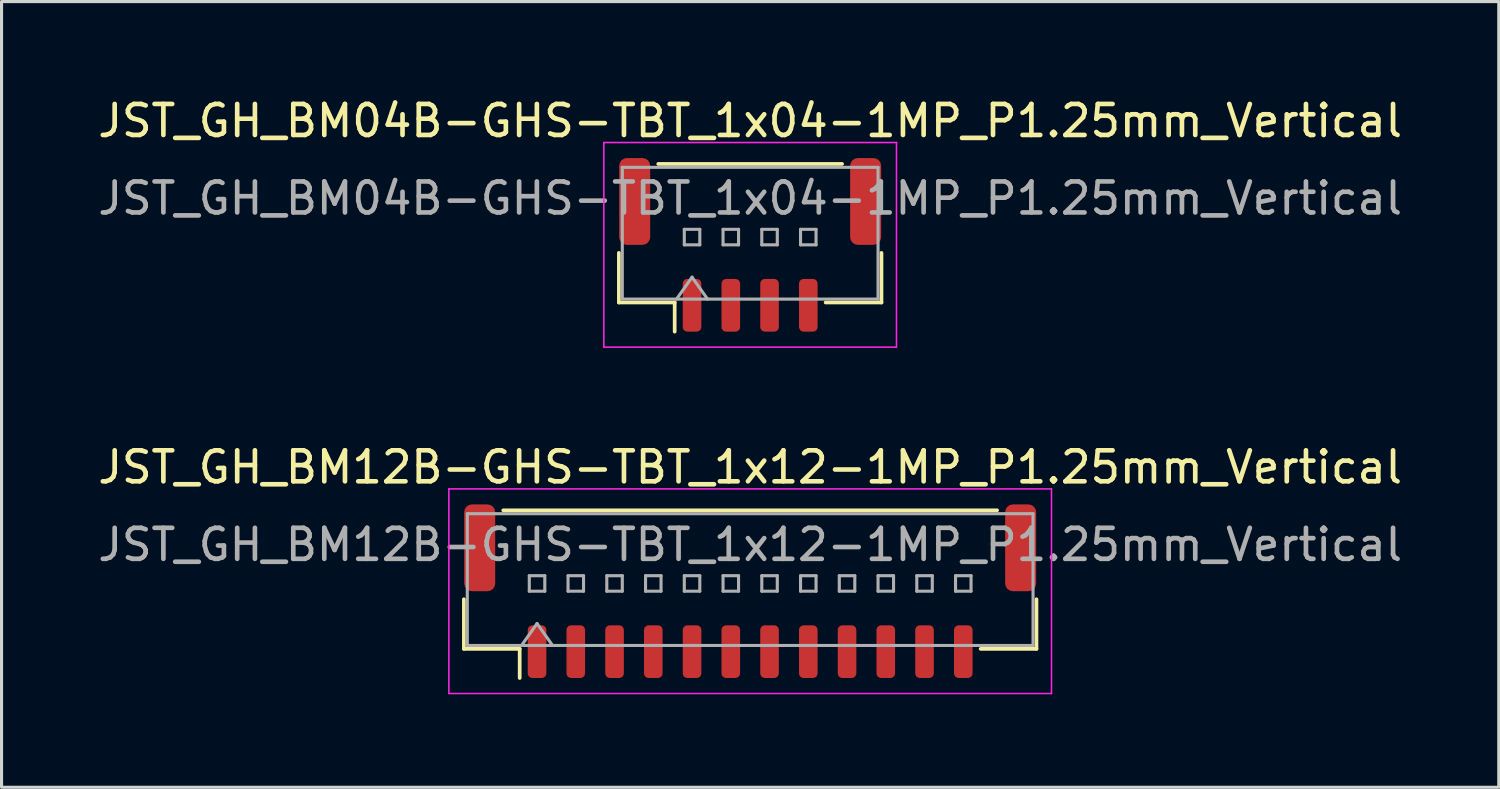
<source format=kicad_pcb>
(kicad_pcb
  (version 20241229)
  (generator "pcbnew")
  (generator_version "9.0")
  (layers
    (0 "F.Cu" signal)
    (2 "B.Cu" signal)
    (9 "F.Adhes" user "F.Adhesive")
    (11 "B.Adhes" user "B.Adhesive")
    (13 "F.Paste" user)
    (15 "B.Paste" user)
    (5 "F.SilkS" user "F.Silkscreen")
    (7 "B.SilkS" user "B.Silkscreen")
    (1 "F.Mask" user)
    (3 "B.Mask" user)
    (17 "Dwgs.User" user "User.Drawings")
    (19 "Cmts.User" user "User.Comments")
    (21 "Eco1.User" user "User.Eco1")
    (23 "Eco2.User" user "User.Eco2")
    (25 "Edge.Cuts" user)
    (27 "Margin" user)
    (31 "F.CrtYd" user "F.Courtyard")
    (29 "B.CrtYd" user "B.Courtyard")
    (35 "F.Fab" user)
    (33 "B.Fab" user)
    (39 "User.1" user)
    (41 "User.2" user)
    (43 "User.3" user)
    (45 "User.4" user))
  (footprint "JST_GH_BM12B-GHS-TBT_1x12-1MP_P1.25mm_Vertical"
    (layer "F.Cu")
    (at 21.149 16.021)
    (property "Reference" "JST_GH_BM12B-GHS-TBT_1x12-1MP_P1.25mm_Vertical" (at 0 -4 0) (layer "F.SilkS") (effects (font (size 1 1) (thickness 0.15))))
    (attr smd)
    (fp_line (start -9.235 0.26) (end -9.235 1.86) (stroke (width 0.12) (type solid)) (layer "F.SilkS"))
    (fp_line (start -9.235 1.86) (end -7.435 1.86) (stroke (width 0.12) (type solid)) (layer "F.SilkS"))
    (fp_line (start -7.965 -2.61) (end 7.965 -2.61) (stroke (width 0.12) (type solid)) (layer "F.SilkS"))
    (fp_line (start -7.435 1.86) (end -7.435 2.8) (stroke (width 0.12) (type solid)) (layer "F.SilkS"))
    (fp_line (start 9.235 0.26) (end 9.235 1.86) (stroke (width 0.12) (type solid)) (layer "F.SilkS"))
    (fp_line (start 9.235 1.86) (end 7.435 1.86) (stroke (width 0.12) (type solid)) (layer "F.SilkS"))
    (fp_line (start -9.72 -3.3) (end -9.72 3.3) (stroke (width 0.05) (type solid)) (layer "F.CrtYd"))
    (fp_line (start -9.72 3.3) (end 9.72 3.3) (stroke (width 0.05) (type solid)) (layer "F.CrtYd"))
    (fp_line (start 9.72 -3.3) (end -9.72 -3.3) (stroke (width 0.05) (type solid)) (layer "F.CrtYd"))
    (fp_line (start 9.72 3.3) (end 9.72 -3.3) (stroke (width 0.05) (type solid)) (layer "F.CrtYd"))
    (fp_line (start -9.125 -2.5) (end 9.125 -2.5) (stroke (width 0.1) (type solid)) (layer "F.Fab"))
    (fp_line (start -9.125 1.75) (end -9.125 -2.5) (stroke (width 0.1) (type solid)) (layer "F.Fab"))
    (fp_line (start -9.125 1.75) (end 9.125 1.75) (stroke (width 0.1) (type solid)) (layer "F.Fab"))
    (fp_line (start -7.375 1.75) (end -6.875 1.043) (stroke (width 0.1) (type solid)) (layer "F.Fab"))
    (fp_line (start -7.125 -0.5) (end -7.125 0) (stroke (width 0.1) (type solid)) (layer "F.Fab"))
    (fp_line (start -7.125 0) (end -6.625 0) (stroke (width 0.1) (type solid)) (layer "F.Fab"))
    (fp_line (start -6.875 1.043) (end -6.375 1.75) (stroke (width 0.1) (type solid)) (layer "F.Fab"))
    (fp_line (start -6.625 -0.5) (end -7.125 -0.5) (stroke (width 0.1) (type solid)) (layer "F.Fab"))
    (fp_line (start -6.625 0) (end -6.625 -0.5) (stroke (width 0.1) (type solid)) (layer "F.Fab"))
    (fp_line (start -5.875 -0.5) (end -5.875 0) (stroke (width 0.1) (type solid)) (layer "F.Fab"))
    (fp_line (start -5.875 0) (end -5.375 0) (stroke (width 0.1) (type solid)) (layer "F.Fab"))
    (fp_line (start -5.375 -0.5) (end -5.875 -0.5) (stroke (width 0.1) (type solid)) (layer "F.Fab"))
    (fp_line (start -5.375 0) (end -5.375 -0.5) (stroke (width 0.1) (type solid)) (layer "F.Fab"))
    (fp_line (start -4.625 -0.5) (end -4.625 0) (stroke (width 0.1) (type solid)) (layer "F.Fab"))
    (fp_line (start -4.625 0) (end -4.125 0) (stroke (width 0.1) (type solid)) (layer "F.Fab"))
    (fp_line (start -4.125 -0.5) (end -4.625 -0.5) (stroke (width 0.1) (type solid)) (layer "F.Fab"))
    (fp_line (start -4.125 0) (end -4.125 -0.5) (stroke (width 0.1) (type solid)) (layer "F.Fab"))
    (fp_line (start -3.375 -0.5) (end -3.375 0) (stroke (width 0.1) (type solid)) (layer "F.Fab"))
    (fp_line (start -3.375 0) (end -2.875 0) (stroke (width 0.1) (type solid)) (layer "F.Fab"))
    (fp_line (start -2.875 -0.5) (end -3.375 -0.5) (stroke (width 0.1) (type solid)) (layer "F.Fab"))
    (fp_line (start -2.875 0) (end -2.875 -0.5) (stroke (width 0.1) (type solid)) (layer "F.Fab"))
    (fp_line (start -2.125 -0.5) (end -2.125 0) (stroke (width 0.1) (type solid)) (layer "F.Fab"))
    (fp_line (start -2.125 0) (end -1.625 0) (stroke (width 0.1) (type solid)) (layer "F.Fab"))
    (fp_line (start -1.625 -0.5) (end -2.125 -0.5) (stroke (width 0.1) (type solid)) (layer "F.Fab"))
    (fp_line (start -1.625 0) (end -1.625 -0.5) (stroke (width 0.1) (type solid)) (layer "F.Fab"))
    (fp_line (start -0.875 -0.5) (end -0.875 0) (stroke (width 0.1) (type solid)) (layer "F.Fab"))
    (fp_line (start -0.875 0) (end -0.375 0) (stroke (width 0.1) (type solid)) (layer "F.Fab"))
    (fp_line (start -0.375 -0.5) (end -0.875 -0.5) (stroke (width 0.1) (type solid)) (layer "F.Fab"))
    (fp_line (start -0.375 0) (end -0.375 -0.5) (stroke (width 0.1) (type solid)) (layer "F.Fab"))
    (fp_line (start 0.375 -0.5) (end 0.375 0) (stroke (width 0.1) (type solid)) (layer "F.Fab"))
    (fp_line (start 0.375 0) (end 0.875 0) (stroke (width 0.1) (type solid)) (layer "F.Fab"))
    (fp_line (start 0.875 -0.5) (end 0.375 -0.5) (stroke (width 0.1) (type solid)) (layer "F.Fab"))
    (fp_line (start 0.875 0) (end 0.875 -0.5) (stroke (width 0.1) (type solid)) (layer "F.Fab"))
    (fp_line (start 1.625 -0.5) (end 1.625 0) (stroke (width 0.1) (type solid)) (layer "F.Fab"))
    (fp_line (start 1.625 0) (end 2.125 0) (stroke (width 0.1) (type solid)) (layer "F.Fab"))
    (fp_line (start 2.125 -0.5) (end 1.625 -0.5) (stroke (width 0.1) (type solid)) (layer "F.Fab"))
    (fp_line (start 2.125 0) (end 2.125 -0.5) (stroke (width 0.1) (type solid)) (layer "F.Fab"))
    (fp_line (start 2.875 -0.5) (end 2.875 0) (stroke (width 0.1) (type solid)) (layer "F.Fab"))
    (fp_line (start 2.875 0) (end 3.375 0) (stroke (width 0.1) (type solid)) (layer "F.Fab"))
    (fp_line (start 3.375 -0.5) (end 2.875 -0.5) (stroke (width 0.1) (type solid)) (layer "F.Fab"))
    (fp_line (start 3.375 0) (end 3.375 -0.5) (stroke (width 0.1) (type solid)) (layer "F.Fab"))
    (fp_line (start 4.125 -0.5) (end 4.125 0) (stroke (width 0.1) (type solid)) (layer "F.Fab"))
    (fp_line (start 4.125 0) (end 4.625 0) (stroke (width 0.1) (type solid)) (layer "F.Fab"))
    (fp_line (start 4.625 -0.5) (end 4.125 -0.5) (stroke (width 0.1) (type solid)) (layer "F.Fab"))
    (fp_line (start 4.625 0) (end 4.625 -0.5) (stroke (width 0.1) (type solid)) (layer "F.Fab"))
    (fp_line (start 5.375 -0.5) (end 5.375 0) (stroke (width 0.1) (type solid)) (layer "F.Fab"))
    (fp_line (start 5.375 0) (end 5.875 0) (stroke (width 0.1) (type solid)) (layer "F.Fab"))
    (fp_line (start 5.875 -0.5) (end 5.375 -0.5) (stroke (width 0.1) (type solid)) (layer "F.Fab"))
    (fp_line (start 5.875 0) (end 5.875 -0.5) (stroke (width 0.1) (type solid)) (layer "F.Fab"))
    (fp_line (start 6.625 -0.5) (end 6.625 0) (stroke (width 0.1) (type solid)) (layer "F.Fab"))
    (fp_line (start 6.625 0) (end 7.125 0) (stroke (width 0.1) (type solid)) (layer "F.Fab"))
    (fp_line (start 7.125 -0.5) (end 6.625 -0.5) (stroke (width 0.1) (type solid)) (layer "F.Fab"))
    (fp_line (start 7.125 0) (end 7.125 -0.5) (stroke (width 0.1) (type solid)) (layer "F.Fab"))
    (fp_line (start 9.125 1.75) (end 9.125 -2.5) (stroke (width 0.1) (type solid)) (layer "F.Fab"))
    (fp_text user "${REFERENCE}" (at 0 -1.5 0) (layer "F.Fab") (effects (font (size 1 1) (thickness 0.15))))
    (pad "1" smd roundrect (at -6.875 1.95) (size 0.6 1.7) (layers "F.Cu" "F.Mask" "F.Paste") (roundrect_rratio 0.25))
    (pad "2" smd roundrect (at -5.625 1.95) (size 0.6 1.7) (layers "F.Cu" "F.Mask" "F.Paste") (roundrect_rratio 0.25))
    (pad "3" smd roundrect (at -4.375 1.95) (size 0.6 1.7) (layers "F.Cu" "F.Mask" "F.Paste") (roundrect_rratio 0.25))
    (pad "4" smd roundrect (at -3.125 1.95) (size 0.6 1.7) (layers "F.Cu" "F.Mask" "F.Paste") (roundrect_rratio 0.25))
    (pad "5" smd roundrect (at -1.875 1.95) (size 0.6 1.7) (layers "F.Cu" "F.Mask" "F.Paste") (roundrect_rratio 0.25))
    (pad "6" smd roundrect (at -0.625 1.95) (size 0.6 1.7) (layers "F.Cu" "F.Mask" "F.Paste") (roundrect_rratio 0.25))
    (pad "7" smd roundrect (at 0.625 1.95) (size 0.6 1.7) (layers "F.Cu" "F.Mask" "F.Paste") (roundrect_rratio 0.25))
    (pad "8" smd roundrect (at 1.875 1.95) (size 0.6 1.7) (layers "F.Cu" "F.Mask" "F.Paste") (roundrect_rratio 0.25))
    (pad "9" smd roundrect (at 3.125 1.95) (size 0.6 1.7) (layers "F.Cu" "F.Mask" "F.Paste") (roundrect_rratio 0.25))
    (pad "10" smd roundrect (at 4.375 1.95) (size 0.6 1.7) (layers "F.Cu" "F.Mask" "F.Paste") (roundrect_rratio 0.25))
    (pad "11" smd roundrect (at 5.625 1.95) (size 0.6 1.7) (layers "F.Cu" "F.Mask" "F.Paste") (roundrect_rratio 0.25))
    (pad "12" smd roundrect (at 6.875 1.95) (size 0.6 1.7) (layers "F.Cu" "F.Mask" "F.Paste") (roundrect_rratio 0.25))
    (pad "MP" smd roundrect (at -8.725 -1.4) (size 1 2.8) (layers "F.Cu" "F.Mask" "F.Paste") (roundrect_rratio 0.25))
    (pad "MP" smd roundrect (at 8.725 -1.4) (size 1 2.8) (layers "F.Cu" "F.Mask" "F.Paste") (roundrect_rratio 0.25)))
  (footprint "JST_GH_BM04B-GHS-TBT_1x04-1MP_P1.25mm_Vertical"
    (layer "F.Cu")
    (at 21.149 4.848)
    (property "Reference" "JST_GH_BM04B-GHS-TBT_1x04-1MP_P1.25mm_Vertical" (at 0 -4 0) (layer "F.SilkS") (effects (font (size 1 1) (thickness 0.15))))
    (attr smd)
    (fp_line (start -4.235 0.26) (end -4.235 1.86) (stroke (width 0.12) (type solid)) (layer "F.SilkS"))
    (fp_line (start -4.235 1.86) (end -2.435 1.86) (stroke (width 0.12) (type solid)) (layer "F.SilkS"))
    (fp_line (start -2.965 -2.61) (end 2.965 -2.61) (stroke (width 0.12) (type solid)) (layer "F.SilkS"))
    (fp_line (start -2.435 1.86) (end -2.435 2.8) (stroke (width 0.12) (type solid)) (layer "F.SilkS"))
    (fp_line (start 4.235 0.26) (end 4.235 1.86) (stroke (width 0.12) (type solid)) (layer "F.SilkS"))
    (fp_line (start 4.235 1.86) (end 2.435 1.86) (stroke (width 0.12) (type solid)) (layer "F.SilkS"))
    (fp_line (start -4.72 -3.3) (end -4.72 3.3) (stroke (width 0.05) (type solid)) (layer "F.CrtYd"))
    (fp_line (start -4.72 3.3) (end 4.72 3.3) (stroke (width 0.05) (type solid)) (layer "F.CrtYd"))
    (fp_line (start 4.72 -3.3) (end -4.72 -3.3) (stroke (width 0.05) (type solid)) (layer "F.CrtYd"))
    (fp_line (start 4.72 3.3) (end 4.72 -3.3) (stroke (width 0.05) (type solid)) (layer "F.CrtYd"))
    (fp_line (start -4.125 -2.5) (end 4.125 -2.5) (stroke (width 0.1) (type solid)) (layer "F.Fab"))
    (fp_line (start -4.125 1.75) (end -4.125 -2.5) (stroke (width 0.1) (type solid)) (layer "F.Fab"))
    (fp_line (start -4.125 1.75) (end 4.125 1.75) (stroke (width 0.1) (type solid)) (layer "F.Fab"))
    (fp_line (start -2.375 1.75) (end -1.875 1.043) (stroke (width 0.1) (type solid)) (layer "F.Fab"))
    (fp_line (start -2.125 -0.5) (end -2.125 0) (stroke (width 0.1) (type solid)) (layer "F.Fab"))
    (fp_line (start -2.125 0) (end -1.625 0) (stroke (width 0.1) (type solid)) (layer "F.Fab"))
    (fp_line (start -1.875 1.043) (end -1.375 1.75) (stroke (width 0.1) (type solid)) (layer "F.Fab"))
    (fp_line (start -1.625 -0.5) (end -2.125 -0.5) (stroke (width 0.1) (type solid)) (layer "F.Fab"))
    (fp_line (start -1.625 0) (end -1.625 -0.5) (stroke (width 0.1) (type solid)) (layer "F.Fab"))
    (fp_line (start -0.875 -0.5) (end -0.875 0) (stroke (width 0.1) (type solid)) (layer "F.Fab"))
    (fp_line (start -0.875 0) (end -0.375 0) (stroke (width 0.1) (type solid)) (layer "F.Fab"))
    (fp_line (start -0.375 -0.5) (end -0.875 -0.5) (stroke (width 0.1) (type solid)) (layer "F.Fab"))
    (fp_line (start -0.375 0) (end -0.375 -0.5) (stroke (width 0.1) (type solid)) (layer "F.Fab"))
    (fp_line (start 0.375 -0.5) (end 0.375 0) (stroke (width 0.1) (type solid)) (layer "F.Fab"))
    (fp_line (start 0.375 0) (end 0.875 0) (stroke (width 0.1) (type solid)) (layer "F.Fab"))
    (fp_line (start 0.875 -0.5) (end 0.375 -0.5) (stroke (width 0.1) (type solid)) (layer "F.Fab"))
    (fp_line (start 0.875 0) (end 0.875 -0.5) (stroke (width 0.1) (type solid)) (layer "F.Fab"))
    (fp_line (start 1.625 -0.5) (end 1.625 0) (stroke (width 0.1) (type solid)) (layer "F.Fab"))
    (fp_line (start 1.625 0) (end 2.125 0) (stroke (width 0.1) (type solid)) (layer "F.Fab"))
    (fp_line (start 2.125 -0.5) (end 1.625 -0.5) (stroke (width 0.1) (type solid)) (layer "F.Fab"))
    (fp_line (start 2.125 0) (end 2.125 -0.5) (stroke (width 0.1) (type solid)) (layer "F.Fab"))
    (fp_line (start 4.125 1.75) (end 4.125 -2.5) (stroke (width 0.1) (type solid)) (layer "F.Fab"))
    (fp_text user "${REFERENCE}" (at 0 -1.5 0) (layer "F.Fab") (effects (font (size 1 1) (thickness 0.15))))
    (pad "1" smd roundrect (at -1.875 1.95) (size 0.6 1.7) (layers "F.Cu" "F.Mask" "F.Paste") (roundrect_rratio 0.25))
    (pad "2" smd roundrect (at -0.625 1.95) (size 0.6 1.7) (layers "F.Cu" "F.Mask" "F.Paste") (roundrect_rratio 0.25))
    (pad "3" smd roundrect (at 0.625 1.95) (size 0.6 1.7) (layers "F.Cu" "F.Mask" "F.Paste") (roundrect_rratio 0.25))
    (pad "4" smd roundrect (at 1.875 1.95) (size 0.6 1.7) (layers "F.Cu" "F.Mask" "F.Paste") (roundrect_rratio 0.25))
    (pad "MP" smd roundrect (at -3.725 -1.4) (size 1 2.8) (layers "F.Cu" "F.Mask" "F.Paste") (roundrect_rratio 0.25))
    (pad "MP" smd roundrect (at 3.725 -1.4) (size 1 2.8) (layers "F.Cu" "F.Mask" "F.Paste") (roundrect_rratio 0.25)))
  (gr_rect
    (start -3 -3)
    (end 45.298 22.346)
    (stroke (width 0.1) (type default))
    (fill no)
    (layer "Edge.Cuts")))
</source>
